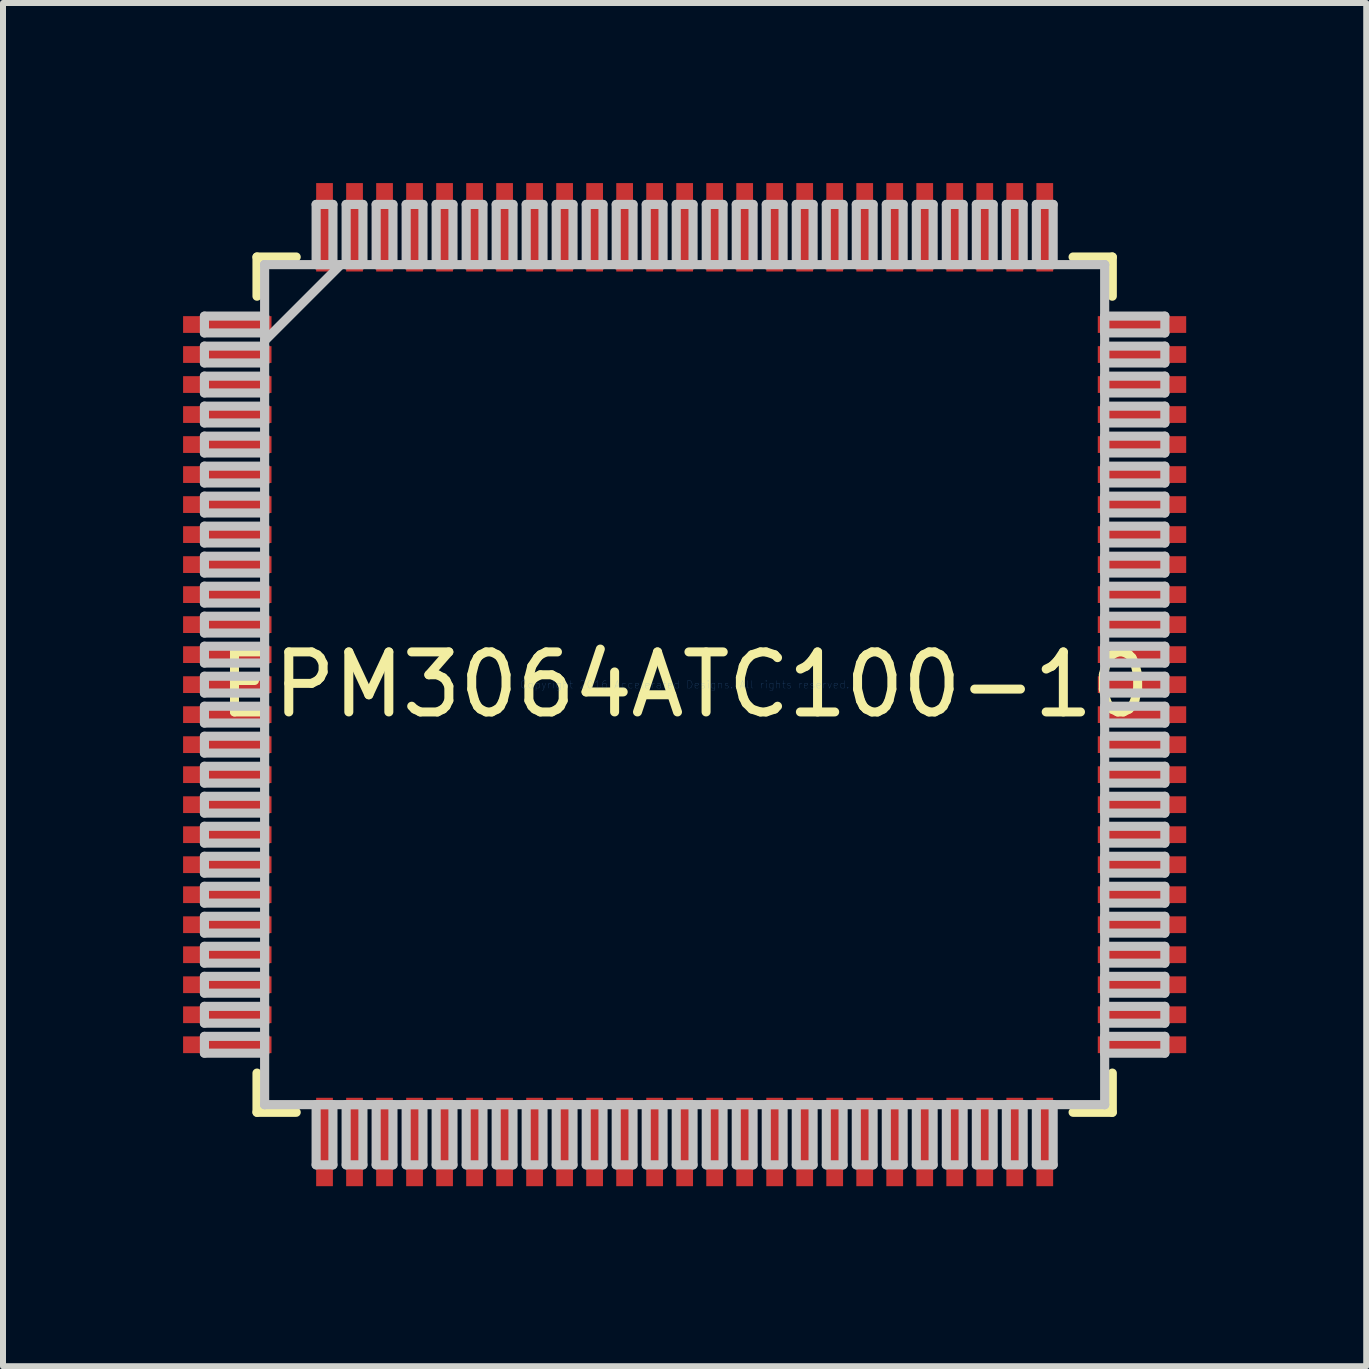
<source format=kicad_pcb>
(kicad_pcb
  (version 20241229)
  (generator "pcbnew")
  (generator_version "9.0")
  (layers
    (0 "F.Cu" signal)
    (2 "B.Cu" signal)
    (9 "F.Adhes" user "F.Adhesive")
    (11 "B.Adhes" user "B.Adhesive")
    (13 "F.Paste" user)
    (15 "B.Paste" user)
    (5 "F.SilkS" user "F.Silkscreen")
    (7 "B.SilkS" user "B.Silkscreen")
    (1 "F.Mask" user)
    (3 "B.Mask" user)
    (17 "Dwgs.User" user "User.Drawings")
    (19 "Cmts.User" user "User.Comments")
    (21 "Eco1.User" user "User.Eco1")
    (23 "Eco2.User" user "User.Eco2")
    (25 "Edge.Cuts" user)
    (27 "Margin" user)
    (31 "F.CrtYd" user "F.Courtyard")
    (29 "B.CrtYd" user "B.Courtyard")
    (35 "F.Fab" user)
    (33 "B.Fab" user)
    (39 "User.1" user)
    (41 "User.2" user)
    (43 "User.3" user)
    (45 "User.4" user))
  (footprint "EPM3064ATC100-10"
    (layer "F.Cu")
    (at 8.357 8.357)
    (property "Reference" "EPM3064ATC100-10" (at 0 0 0) (layer "F.SilkS") (effects (font (size 1 1) (thickness 0.15))))
    (attr through_hole)
    (fp_line (start -7.125 -7.125) (end -7.125 -6.472) (stroke (width 0.152) (type solid)) (layer "F.SilkS"))
    (fp_line (start -7.125 6.472) (end -7.125 7.125) (stroke (width 0.152) (type solid)) (layer "F.SilkS"))
    (fp_line (start -7.125 7.125) (end -6.472 7.125) (stroke (width 0.152) (type solid)) (layer "F.SilkS"))
    (fp_line (start -6.472 -7.125) (end -7.125 -7.125) (stroke (width 0.152) (type solid)) (layer "F.SilkS"))
    (fp_line (start 6.472 7.125) (end 7.125 7.125) (stroke (width 0.152) (type solid)) (layer "F.SilkS"))
    (fp_line (start 7.125 -7.125) (end 6.472 -7.125) (stroke (width 0.152) (type solid)) (layer "F.SilkS"))
    (fp_line (start 7.125 -6.472) (end 7.125 -7.125) (stroke (width 0.152) (type solid)) (layer "F.SilkS"))
    (fp_line (start 7.125 7.125) (end 7.125 6.472) (stroke (width 0.152) (type solid)) (layer "F.SilkS"))
    (fp_line (start -8.001 -6.14) (end -8.001 -5.86) (stroke (width 0.152) (type solid)) (layer "Dwgs.User"))
    (fp_line (start -8.001 -5.86) (end -6.998 -5.86) (stroke (width 0.152) (type solid)) (layer "Dwgs.User"))
    (fp_line (start -8.001 -5.64) (end -8.001 -5.36) (stroke (width 0.152) (type solid)) (layer "Dwgs.User"))
    (fp_line (start -8.001 -5.36) (end -6.998 -5.36) (stroke (width 0.152) (type solid)) (layer "Dwgs.User"))
    (fp_line (start -8.001 -5.14) (end -8.001 -4.86) (stroke (width 0.152) (type solid)) (layer "Dwgs.User"))
    (fp_line (start -8.001 -4.86) (end -6.998 -4.86) (stroke (width 0.152) (type solid)) (layer "Dwgs.User"))
    (fp_line (start -8.001 -4.64) (end -8.001 -4.36) (stroke (width 0.152) (type solid)) (layer "Dwgs.User"))
    (fp_line (start -8.001 -4.36) (end -6.998 -4.36) (stroke (width 0.152) (type solid)) (layer "Dwgs.User"))
    (fp_line (start -8.001 -4.14) (end -8.001 -3.86) (stroke (width 0.152) (type solid)) (layer "Dwgs.User"))
    (fp_line (start -8.001 -3.86) (end -6.998 -3.86) (stroke (width 0.152) (type solid)) (layer "Dwgs.User"))
    (fp_line (start -8.001 -3.64) (end -8.001 -3.36) (stroke (width 0.152) (type solid)) (layer "Dwgs.User"))
    (fp_line (start -8.001 -3.36) (end -6.998 -3.36) (stroke (width 0.152) (type solid)) (layer "Dwgs.User"))
    (fp_line (start -8.001 -3.14) (end -8.001 -2.86) (stroke (width 0.152) (type solid)) (layer "Dwgs.User"))
    (fp_line (start -8.001 -2.86) (end -6.998 -2.86) (stroke (width 0.152) (type solid)) (layer "Dwgs.User"))
    (fp_line (start -8.001 -2.64) (end -8.001 -2.36) (stroke (width 0.152) (type solid)) (layer "Dwgs.User"))
    (fp_line (start -8.001 -2.36) (end -6.998 -2.36) (stroke (width 0.152) (type solid)) (layer "Dwgs.User"))
    (fp_line (start -8.001 -2.14) (end -8.001 -1.86) (stroke (width 0.152) (type solid)) (layer "Dwgs.User"))
    (fp_line (start -8.001 -1.86) (end -6.998 -1.86) (stroke (width 0.152) (type solid)) (layer "Dwgs.User"))
    (fp_line (start -8.001 -1.64) (end -8.001 -1.36) (stroke (width 0.152) (type solid)) (layer "Dwgs.User"))
    (fp_line (start -8.001 -1.36) (end -6.998 -1.36) (stroke (width 0.152) (type solid)) (layer "Dwgs.User"))
    (fp_line (start -8.001 -1.14) (end -8.001 -0.86) (stroke (width 0.152) (type solid)) (layer "Dwgs.User"))
    (fp_line (start -8.001 -0.86) (end -6.998 -0.86) (stroke (width 0.152) (type solid)) (layer "Dwgs.User"))
    (fp_line (start -8.001 -0.64) (end -8.001 -0.36) (stroke (width 0.152) (type solid)) (layer "Dwgs.User"))
    (fp_line (start -8.001 -0.36) (end -6.998 -0.36) (stroke (width 0.152) (type solid)) (layer "Dwgs.User"))
    (fp_line (start -8.001 -0.14) (end -8.001 0.14) (stroke (width 0.152) (type solid)) (layer "Dwgs.User"))
    (fp_line (start -8.001 0.14) (end -6.998 0.14) (stroke (width 0.152) (type solid)) (layer "Dwgs.User"))
    (fp_line (start -8.001 0.36) (end -8.001 0.64) (stroke (width 0.152) (type solid)) (layer "Dwgs.User"))
    (fp_line (start -8.001 0.64) (end -6.998 0.64) (stroke (width 0.152) (type solid)) (layer "Dwgs.User"))
    (fp_line (start -8.001 0.86) (end -8.001 1.14) (stroke (width 0.152) (type solid)) (layer "Dwgs.User"))
    (fp_line (start -8.001 1.14) (end -6.998 1.14) (stroke (width 0.152) (type solid)) (layer "Dwgs.User"))
    (fp_line (start -8.001 1.36) (end -8.001 1.64) (stroke (width 0.152) (type solid)) (layer "Dwgs.User"))
    (fp_line (start -8.001 1.64) (end -6.998 1.64) (stroke (width 0.152) (type solid)) (layer "Dwgs.User"))
    (fp_line (start -8.001 1.86) (end -8.001 2.14) (stroke (width 0.152) (type solid)) (layer "Dwgs.User"))
    (fp_line (start -8.001 2.14) (end -6.998 2.14) (stroke (width 0.152) (type solid)) (layer "Dwgs.User"))
    (fp_line (start -8.001 2.36) (end -8.001 2.64) (stroke (width 0.152) (type solid)) (layer "Dwgs.User"))
    (fp_line (start -8.001 2.64) (end -6.998 2.64) (stroke (width 0.152) (type solid)) (layer "Dwgs.User"))
    (fp_line (start -8.001 2.86) (end -8.001 3.14) (stroke (width 0.152) (type solid)) (layer "Dwgs.User"))
    (fp_line (start -8.001 3.14) (end -6.998 3.14) (stroke (width 0.152) (type solid)) (layer "Dwgs.User"))
    (fp_line (start -8.001 3.36) (end -8.001 3.64) (stroke (width 0.152) (type solid)) (layer "Dwgs.User"))
    (fp_line (start -8.001 3.64) (end -6.998 3.64) (stroke (width 0.152) (type solid)) (layer "Dwgs.User"))
    (fp_line (start -8.001 3.86) (end -8.001 4.14) (stroke (width 0.152) (type solid)) (layer "Dwgs.User"))
    (fp_line (start -8.001 4.14) (end -6.998 4.14) (stroke (width 0.152) (type solid)) (layer "Dwgs.User"))
    (fp_line (start -8.001 4.36) (end -8.001 4.64) (stroke (width 0.152) (type solid)) (layer "Dwgs.User"))
    (fp_line (start -8.001 4.64) (end -6.998 4.64) (stroke (width 0.152) (type solid)) (layer "Dwgs.User"))
    (fp_line (start -8.001 4.86) (end -8.001 5.14) (stroke (width 0.152) (type solid)) (layer "Dwgs.User"))
    (fp_line (start -8.001 5.14) (end -6.998 5.14) (stroke (width 0.152) (type solid)) (layer "Dwgs.User"))
    (fp_line (start -8.001 5.36) (end -8.001 5.64) (stroke (width 0.152) (type solid)) (layer "Dwgs.User"))
    (fp_line (start -8.001 5.64) (end -6.998 5.64) (stroke (width 0.152) (type solid)) (layer "Dwgs.User"))
    (fp_line (start -8.001 5.86) (end -8.001 6.14) (stroke (width 0.152) (type solid)) (layer "Dwgs.User"))
    (fp_line (start -8.001 6.14) (end -6.998 6.14) (stroke (width 0.152) (type solid)) (layer "Dwgs.User"))
    (fp_line (start -6.998 -6.998) (end -6.998 -6.998) (stroke (width 0.152) (type solid)) (layer "Dwgs.User"))
    (fp_line (start -6.998 -6.998) (end -6.998 6.998) (stroke (width 0.152) (type solid)) (layer "Dwgs.User"))
    (fp_line (start -6.998 -6.14) (end -8.001 -6.14) (stroke (width 0.152) (type solid)) (layer "Dwgs.User"))
    (fp_line (start -6.998 -5.86) (end -6.998 -6.14) (stroke (width 0.152) (type solid)) (layer "Dwgs.User"))
    (fp_line (start -6.998 -5.728) (end -5.728 -6.998) (stroke (width 0.152) (type solid)) (layer "Dwgs.User"))
    (fp_line (start -6.998 -5.64) (end -8.001 -5.64) (stroke (width 0.152) (type solid)) (layer "Dwgs.User"))
    (fp_line (start -6.998 -5.36) (end -6.998 -5.64) (stroke (width 0.152) (type solid)) (layer "Dwgs.User"))
    (fp_line (start -6.998 -5.14) (end -8.001 -5.14) (stroke (width 0.152) (type solid)) (layer "Dwgs.User"))
    (fp_line (start -6.998 -4.86) (end -6.998 -5.14) (stroke (width 0.152) (type solid)) (layer "Dwgs.User"))
    (fp_line (start -6.998 -4.64) (end -8.001 -4.64) (stroke (width 0.152) (type solid)) (layer "Dwgs.User"))
    (fp_line (start -6.998 -4.36) (end -6.998 -4.64) (stroke (width 0.152) (type solid)) (layer "Dwgs.User"))
    (fp_line (start -6.998 -4.14) (end -8.001 -4.14) (stroke (width 0.152) (type solid)) (layer "Dwgs.User"))
    (fp_line (start -6.998 -3.86) (end -6.998 -4.14) (stroke (width 0.152) (type solid)) (layer "Dwgs.User"))
    (fp_line (start -6.998 -3.64) (end -8.001 -3.64) (stroke (width 0.152) (type solid)) (layer "Dwgs.User"))
    (fp_line (start -6.998 -3.36) (end -6.998 -3.64) (stroke (width 0.152) (type solid)) (layer "Dwgs.User"))
    (fp_line (start -6.998 -3.14) (end -8.001 -3.14) (stroke (width 0.152) (type solid)) (layer "Dwgs.User"))
    (fp_line (start -6.998 -2.86) (end -6.998 -3.14) (stroke (width 0.152) (type solid)) (layer "Dwgs.User"))
    (fp_line (start -6.998 -2.64) (end -8.001 -2.64) (stroke (width 0.152) (type solid)) (layer "Dwgs.User"))
    (fp_line (start -6.998 -2.36) (end -6.998 -2.64) (stroke (width 0.152) (type solid)) (layer "Dwgs.User"))
    (fp_line (start -6.998 -2.14) (end -8.001 -2.14) (stroke (width 0.152) (type solid)) (layer "Dwgs.User"))
    (fp_line (start -6.998 -1.86) (end -6.998 -2.14) (stroke (width 0.152) (type solid)) (layer "Dwgs.User"))
    (fp_line (start -6.998 -1.64) (end -8.001 -1.64) (stroke (width 0.152) (type solid)) (layer "Dwgs.User"))
    (fp_line (start -6.998 -1.36) (end -6.998 -1.64) (stroke (width 0.152) (type solid)) (layer "Dwgs.User"))
    (fp_line (start -6.998 -1.14) (end -8.001 -1.14) (stroke (width 0.152) (type solid)) (layer "Dwgs.User"))
    (fp_line (start -6.998 -0.86) (end -6.998 -1.14) (stroke (width 0.152) (type solid)) (layer "Dwgs.User"))
    (fp_line (start -6.998 -0.64) (end -8.001 -0.64) (stroke (width 0.152) (type solid)) (layer "Dwgs.User"))
    (fp_line (start -6.998 -0.36) (end -6.998 -0.64) (stroke (width 0.152) (type solid)) (layer "Dwgs.User"))
    (fp_line (start -6.998 -0.14) (end -8.001 -0.14) (stroke (width 0.152) (type solid)) (layer "Dwgs.User"))
    (fp_line (start -6.998 0.14) (end -6.998 -0.14) (stroke (width 0.152) (type solid)) (layer "Dwgs.User"))
    (fp_line (start -6.998 0.36) (end -8.001 0.36) (stroke (width 0.152) (type solid)) (layer "Dwgs.User"))
    (fp_line (start -6.998 0.64) (end -6.998 0.36) (stroke (width 0.152) (type solid)) (layer "Dwgs.User"))
    (fp_line (start -6.998 0.86) (end -8.001 0.86) (stroke (width 0.152) (type solid)) (layer "Dwgs.User"))
    (fp_line (start -6.998 1.14) (end -6.998 0.86) (stroke (width 0.152) (type solid)) (layer "Dwgs.User"))
    (fp_line (start -6.998 1.36) (end -8.001 1.36) (stroke (width 0.152) (type solid)) (layer "Dwgs.User"))
    (fp_line (start -6.998 1.64) (end -6.998 1.36) (stroke (width 0.152) (type solid)) (layer "Dwgs.User"))
    (fp_line (start -6.998 1.86) (end -8.001 1.86) (stroke (width 0.152) (type solid)) (layer "Dwgs.User"))
    (fp_line (start -6.998 2.14) (end -6.998 1.86) (stroke (width 0.152) (type solid)) (layer "Dwgs.User"))
    (fp_line (start -6.998 2.36) (end -8.001 2.36) (stroke (width 0.152) (type solid)) (layer "Dwgs.User"))
    (fp_line (start -6.998 2.64) (end -6.998 2.36) (stroke (width 0.152) (type solid)) (layer "Dwgs.User"))
    (fp_line (start -6.998 2.86) (end -8.001 2.86) (stroke (width 0.152) (type solid)) (layer "Dwgs.User"))
    (fp_line (start -6.998 3.14) (end -6.998 2.86) (stroke (width 0.152) (type solid)) (layer "Dwgs.User"))
    (fp_line (start -6.998 3.36) (end -8.001 3.36) (stroke (width 0.152) (type solid)) (layer "Dwgs.User"))
    (fp_line (start -6.998 3.64) (end -6.998 3.36) (stroke (width 0.152) (type solid)) (layer "Dwgs.User"))
    (fp_line (start -6.998 3.86) (end -8.001 3.86) (stroke (width 0.152) (type solid)) (layer "Dwgs.User"))
    (fp_line (start -6.998 4.14) (end -6.998 3.86) (stroke (width 0.152) (type solid)) (layer "Dwgs.User"))
    (fp_line (start -6.998 4.36) (end -8.001 4.36) (stroke (width 0.152) (type solid)) (layer "Dwgs.User"))
    (fp_line (start -6.998 4.64) (end -6.998 4.36) (stroke (width 0.152) (type solid)) (layer "Dwgs.User"))
    (fp_line (start -6.998 4.86) (end -8.001 4.86) (stroke (width 0.152) (type solid)) (layer "Dwgs.User"))
    (fp_line (start -6.998 5.14) (end -6.998 4.86) (stroke (width 0.152) (type solid)) (layer "Dwgs.User"))
    (fp_line (start -6.998 5.36) (end -8.001 5.36) (stroke (width 0.152) (type solid)) (layer "Dwgs.User"))
    (fp_line (start -6.998 5.64) (end -6.998 5.36) (stroke (width 0.152) (type solid)) (layer "Dwgs.User"))
    (fp_line (start -6.998 5.86) (end -8.001 5.86) (stroke (width 0.152) (type solid)) (layer "Dwgs.User"))
    (fp_line (start -6.998 6.14) (end -6.998 5.86) (stroke (width 0.152) (type solid)) (layer "Dwgs.User"))
    (fp_line (start -6.998 6.998) (end -6.998 6.998) (stroke (width 0.152) (type solid)) (layer "Dwgs.User"))
    (fp_line (start -6.998 6.998) (end 6.998 6.998) (stroke (width 0.152) (type solid)) (layer "Dwgs.User"))
    (fp_line (start -6.14 -8.001) (end -6.14 -6.998) (stroke (width 0.152) (type solid)) (layer "Dwgs.User"))
    (fp_line (start -6.14 -6.998) (end -5.86 -6.998) (stroke (width 0.152) (type solid)) (layer "Dwgs.User"))
    (fp_line (start -6.14 6.998) (end -6.14 8.001) (stroke (width 0.152) (type solid)) (layer "Dwgs.User"))
    (fp_line (start -6.14 8.001) (end -5.86 8.001) (stroke (width 0.152) (type solid)) (layer "Dwgs.User"))
    (fp_line (start -5.86 -8.001) (end -6.14 -8.001) (stroke (width 0.152) (type solid)) (layer "Dwgs.User"))
    (fp_line (start -5.86 -6.998) (end -5.86 -8.001) (stroke (width 0.152) (type solid)) (layer "Dwgs.User"))
    (fp_line (start -5.86 6.998) (end -6.14 6.998) (stroke (width 0.152) (type solid)) (layer "Dwgs.User"))
    (fp_line (start -5.86 8.001) (end -5.86 6.998) (stroke (width 0.152) (type solid)) (layer "Dwgs.User"))
    (fp_line (start -5.64 -8.001) (end -5.64 -6.998) (stroke (width 0.152) (type solid)) (layer "Dwgs.User"))
    (fp_line (start -5.64 -6.998) (end -5.36 -6.998) (stroke (width 0.152) (type solid)) (layer "Dwgs.User"))
    (fp_line (start -5.64 6.998) (end -5.64 8.001) (stroke (width 0.152) (type solid)) (layer "Dwgs.User"))
    (fp_line (start -5.64 8.001) (end -5.36 8.001) (stroke (width 0.152) (type solid)) (layer "Dwgs.User"))
    (fp_line (start -5.36 -8.001) (end -5.64 -8.001) (stroke (width 0.152) (type solid)) (layer "Dwgs.User"))
    (fp_line (start -5.36 -6.998) (end -5.36 -8.001) (stroke (width 0.152) (type solid)) (layer "Dwgs.User"))
    (fp_line (start -5.36 6.998) (end -5.64 6.998) (stroke (width 0.152) (type solid)) (layer "Dwgs.User"))
    (fp_line (start -5.36 8.001) (end -5.36 6.998) (stroke (width 0.152) (type solid)) (layer "Dwgs.User"))
    (fp_line (start -5.14 -8.001) (end -5.14 -6.998) (stroke (width 0.152) (type solid)) (layer "Dwgs.User"))
    (fp_line (start -5.14 -6.998) (end -4.86 -6.998) (stroke (width 0.152) (type solid)) (layer "Dwgs.User"))
    (fp_line (start -5.14 6.998) (end -5.14 8.001) (stroke (width 0.152) (type solid)) (layer "Dwgs.User"))
    (fp_line (start -5.14 8.001) (end -4.86 8.001) (stroke (width 0.152) (type solid)) (layer "Dwgs.User"))
    (fp_line (start -4.86 -8.001) (end -5.14 -8.001) (stroke (width 0.152) (type solid)) (layer "Dwgs.User"))
    (fp_line (start -4.86 -6.998) (end -4.86 -8.001) (stroke (width 0.152) (type solid)) (layer "Dwgs.User"))
    (fp_line (start -4.86 6.998) (end -5.14 6.998) (stroke (width 0.152) (type solid)) (layer "Dwgs.User"))
    (fp_line (start -4.86 8.001) (end -4.86 6.998) (stroke (width 0.152) (type solid)) (layer "Dwgs.User"))
    (fp_line (start -4.64 -8.001) (end -4.64 -6.998) (stroke (width 0.152) (type solid)) (layer "Dwgs.User"))
    (fp_line (start -4.64 -6.998) (end -4.36 -6.998) (stroke (width 0.152) (type solid)) (layer "Dwgs.User"))
    (fp_line (start -4.64 6.998) (end -4.64 8.001) (stroke (width 0.152) (type solid)) (layer "Dwgs.User"))
    (fp_line (start -4.64 8.001) (end -4.36 8.001) (stroke (width 0.152) (type solid)) (layer "Dwgs.User"))
    (fp_line (start -4.36 -8.001) (end -4.64 -8.001) (stroke (width 0.152) (type solid)) (layer "Dwgs.User"))
    (fp_line (start -4.36 -6.998) (end -4.36 -8.001) (stroke (width 0.152) (type solid)) (layer "Dwgs.User"))
    (fp_line (start -4.36 6.998) (end -4.64 6.998) (stroke (width 0.152) (type solid)) (layer "Dwgs.User"))
    (fp_line (start -4.36 8.001) (end -4.36 6.998) (stroke (width 0.152) (type solid)) (layer "Dwgs.User"))
    (fp_line (start -4.14 -8.001) (end -4.14 -6.998) (stroke (width 0.152) (type solid)) (layer "Dwgs.User"))
    (fp_line (start -4.14 -6.998) (end -3.86 -6.998) (stroke (width 0.152) (type solid)) (layer "Dwgs.User"))
    (fp_line (start -4.14 6.998) (end -4.14 8.001) (stroke (width 0.152) (type solid)) (layer "Dwgs.User"))
    (fp_line (start -4.14 8.001) (end -3.86 8.001) (stroke (width 0.152) (type solid)) (layer "Dwgs.User"))
    (fp_line (start -3.86 -8.001) (end -4.14 -8.001) (stroke (width 0.152) (type solid)) (layer "Dwgs.User"))
    (fp_line (start -3.86 -6.998) (end -3.86 -8.001) (stroke (width 0.152) (type solid)) (layer "Dwgs.User"))
    (fp_line (start -3.86 6.998) (end -4.14 6.998) (stroke (width 0.152) (type solid)) (layer "Dwgs.User"))
    (fp_line (start -3.86 8.001) (end -3.86 6.998) (stroke (width 0.152) (type solid)) (layer "Dwgs.User"))
    (fp_line (start -3.64 -8.001) (end -3.64 -6.998) (stroke (width 0.152) (type solid)) (layer "Dwgs.User"))
    (fp_line (start -3.64 -6.998) (end -3.36 -6.998) (stroke (width 0.152) (type solid)) (layer "Dwgs.User"))
    (fp_line (start -3.64 6.998) (end -3.64 8.001) (stroke (width 0.152) (type solid)) (layer "Dwgs.User"))
    (fp_line (start -3.64 8.001) (end -3.36 8.001) (stroke (width 0.152) (type solid)) (layer "Dwgs.User"))
    (fp_line (start -3.36 -8.001) (end -3.64 -8.001) (stroke (width 0.152) (type solid)) (layer "Dwgs.User"))
    (fp_line (start -3.36 -6.998) (end -3.36 -8.001) (stroke (width 0.152) (type solid)) (layer "Dwgs.User"))
    (fp_line (start -3.36 6.998) (end -3.64 6.998) (stroke (width 0.152) (type solid)) (layer "Dwgs.User"))
    (fp_line (start -3.36 8.001) (end -3.36 6.998) (stroke (width 0.152) (type solid)) (layer "Dwgs.User"))
    (fp_line (start -3.14 -8.001) (end -3.14 -6.998) (stroke (width 0.152) (type solid)) (layer "Dwgs.User"))
    (fp_line (start -3.14 -6.998) (end -2.86 -6.998) (stroke (width 0.152) (type solid)) (layer "Dwgs.User"))
    (fp_line (start -3.14 6.998) (end -3.14 8.001) (stroke (width 0.152) (type solid)) (layer "Dwgs.User"))
    (fp_line (start -3.14 8.001) (end -2.86 8.001) (stroke (width 0.152) (type solid)) (layer "Dwgs.User"))
    (fp_line (start -2.86 -8.001) (end -3.14 -8.001) (stroke (width 0.152) (type solid)) (layer "Dwgs.User"))
    (fp_line (start -2.86 -6.998) (end -2.86 -8.001) (stroke (width 0.152) (type solid)) (layer "Dwgs.User"))
    (fp_line (start -2.86 6.998) (end -3.14 6.998) (stroke (width 0.152) (type solid)) (layer "Dwgs.User"))
    (fp_line (start -2.86 8.001) (end -2.86 6.998) (stroke (width 0.152) (type solid)) (layer "Dwgs.User"))
    (fp_line (start -2.64 -8.001) (end -2.64 -6.998) (stroke (width 0.152) (type solid)) (layer "Dwgs.User"))
    (fp_line (start -2.64 -6.998) (end -2.36 -6.998) (stroke (width 0.152) (type solid)) (layer "Dwgs.User"))
    (fp_line (start -2.64 6.998) (end -2.64 8.001) (stroke (width 0.152) (type solid)) (layer "Dwgs.User"))
    (fp_line (start -2.64 8.001) (end -2.36 8.001) (stroke (width 0.152) (type solid)) (layer "Dwgs.User"))
    (fp_line (start -2.36 -8.001) (end -2.64 -8.001) (stroke (width 0.152) (type solid)) (layer "Dwgs.User"))
    (fp_line (start -2.36 -6.998) (end -2.36 -8.001) (stroke (width 0.152) (type solid)) (layer "Dwgs.User"))
    (fp_line (start -2.36 6.998) (end -2.64 6.998) (stroke (width 0.152) (type solid)) (layer "Dwgs.User"))
    (fp_line (start -2.36 8.001) (end -2.36 6.998) (stroke (width 0.152) (type solid)) (layer "Dwgs.User"))
    (fp_line (start -2.14 -8.001) (end -2.14 -6.998) (stroke (width 0.152) (type solid)) (layer "Dwgs.User"))
    (fp_line (start -2.14 -6.998) (end -1.86 -6.998) (stroke (width 0.152) (type solid)) (layer "Dwgs.User"))
    (fp_line (start -2.14 6.998) (end -2.14 8.001) (stroke (width 0.152) (type solid)) (layer "Dwgs.User"))
    (fp_line (start -2.14 8.001) (end -1.86 8.001) (stroke (width 0.152) (type solid)) (layer "Dwgs.User"))
    (fp_line (start -1.86 -8.001) (end -2.14 -8.001) (stroke (width 0.152) (type solid)) (layer "Dwgs.User"))
    (fp_line (start -1.86 -6.998) (end -1.86 -8.001) (stroke (width 0.152) (type solid)) (layer "Dwgs.User"))
    (fp_line (start -1.86 6.998) (end -2.14 6.998) (stroke (width 0.152) (type solid)) (layer "Dwgs.User"))
    (fp_line (start -1.86 8.001) (end -1.86 6.998) (stroke (width 0.152) (type solid)) (layer "Dwgs.User"))
    (fp_line (start -1.64 -8.001) (end -1.64 -6.998) (stroke (width 0.152) (type solid)) (layer "Dwgs.User"))
    (fp_line (start -1.64 -6.998) (end -1.36 -6.998) (stroke (width 0.152) (type solid)) (layer "Dwgs.User"))
    (fp_line (start -1.64 6.998) (end -1.64 8.001) (stroke (width 0.152) (type solid)) (layer "Dwgs.User"))
    (fp_line (start -1.64 8.001) (end -1.36 8.001) (stroke (width 0.152) (type solid)) (layer "Dwgs.User"))
    (fp_line (start -1.36 -8.001) (end -1.64 -8.001) (stroke (width 0.152) (type solid)) (layer "Dwgs.User"))
    (fp_line (start -1.36 -6.998) (end -1.36 -8.001) (stroke (width 0.152) (type solid)) (layer "Dwgs.User"))
    (fp_line (start -1.36 6.998) (end -1.64 6.998) (stroke (width 0.152) (type solid)) (layer "Dwgs.User"))
    (fp_line (start -1.36 8.001) (end -1.36 6.998) (stroke (width 0.152) (type solid)) (layer "Dwgs.User"))
    (fp_line (start -1.14 -8.001) (end -1.14 -6.998) (stroke (width 0.152) (type solid)) (layer "Dwgs.User"))
    (fp_line (start -1.14 -6.998) (end -0.86 -6.998) (stroke (width 0.152) (type solid)) (layer "Dwgs.User"))
    (fp_line (start -1.14 6.998) (end -1.14 8.001) (stroke (width 0.152) (type solid)) (layer "Dwgs.User"))
    (fp_line (start -1.14 8.001) (end -0.86 8.001) (stroke (width 0.152) (type solid)) (layer "Dwgs.User"))
    (fp_line (start -0.86 -8.001) (end -1.14 -8.001) (stroke (width 0.152) (type solid)) (layer "Dwgs.User"))
    (fp_line (start -0.86 -6.998) (end -0.86 -8.001) (stroke (width 0.152) (type solid)) (layer "Dwgs.User"))
    (fp_line (start -0.86 6.998) (end -1.14 6.998) (stroke (width 0.152) (type solid)) (layer "Dwgs.User"))
    (fp_line (start -0.86 8.001) (end -0.86 6.998) (stroke (width 0.152) (type solid)) (layer "Dwgs.User"))
    (fp_line (start -0.64 -8.001) (end -0.64 -6.998) (stroke (width 0.152) (type solid)) (layer "Dwgs.User"))
    (fp_line (start -0.64 -6.998) (end -0.36 -6.998) (stroke (width 0.152) (type solid)) (layer "Dwgs.User"))
    (fp_line (start -0.64 6.998) (end -0.64 8.001) (stroke (width 0.152) (type solid)) (layer "Dwgs.User"))
    (fp_line (start -0.64 8.001) (end -0.36 8.001) (stroke (width 0.152) (type solid)) (layer "Dwgs.User"))
    (fp_line (start -0.36 -8.001) (end -0.64 -8.001) (stroke (width 0.152) (type solid)) (layer "Dwgs.User"))
    (fp_line (start -0.36 -6.998) (end -0.36 -8.001) (stroke (width 0.152) (type solid)) (layer "Dwgs.User"))
    (fp_line (start -0.36 6.998) (end -0.64 6.998) (stroke (width 0.152) (type solid)) (layer "Dwgs.User"))
    (fp_line (start -0.36 8.001) (end -0.36 6.998) (stroke (width 0.152) (type solid)) (layer "Dwgs.User"))
    (fp_line (start -0.14 -8.001) (end -0.14 -6.998) (stroke (width 0.152) (type solid)) (layer "Dwgs.User"))
    (fp_line (start -0.14 -6.998) (end 0.14 -6.998) (stroke (width 0.152) (type solid)) (layer "Dwgs.User"))
    (fp_line (start -0.14 6.998) (end -0.14 8.001) (stroke (width 0.152) (type solid)) (layer "Dwgs.User"))
    (fp_line (start -0.14 8.001) (end 0.14 8.001) (stroke (width 0.152) (type solid)) (layer "Dwgs.User"))
    (fp_line (start 0.14 -8.001) (end -0.14 -8.001) (stroke (width 0.152) (type solid)) (layer "Dwgs.User"))
    (fp_line (start 0.14 -6.998) (end 0.14 -8.001) (stroke (width 0.152) (type solid)) (layer "Dwgs.User"))
    (fp_line (start 0.14 6.998) (end -0.14 6.998) (stroke (width 0.152) (type solid)) (layer "Dwgs.User"))
    (fp_line (start 0.14 8.001) (end 0.14 6.998) (stroke (width 0.152) (type solid)) (layer "Dwgs.User"))
    (fp_line (start 0.36 -8.001) (end 0.36 -6.998) (stroke (width 0.152) (type solid)) (layer "Dwgs.User"))
    (fp_line (start 0.36 -6.998) (end 0.64 -6.998) (stroke (width 0.152) (type solid)) (layer "Dwgs.User"))
    (fp_line (start 0.36 6.998) (end 0.36 8.001) (stroke (width 0.152) (type solid)) (layer "Dwgs.User"))
    (fp_line (start 0.36 8.001) (end 0.64 8.001) (stroke (width 0.152) (type solid)) (layer "Dwgs.User"))
    (fp_line (start 0.64 -8.001) (end 0.36 -8.001) (stroke (width 0.152) (type solid)) (layer "Dwgs.User"))
    (fp_line (start 0.64 -6.998) (end 0.64 -8.001) (stroke (width 0.152) (type solid)) (layer "Dwgs.User"))
    (fp_line (start 0.64 6.998) (end 0.36 6.998) (stroke (width 0.152) (type solid)) (layer "Dwgs.User"))
    (fp_line (start 0.64 8.001) (end 0.64 6.998) (stroke (width 0.152) (type solid)) (layer "Dwgs.User"))
    (fp_line (start 0.86 -8.001) (end 0.86 -6.998) (stroke (width 0.152) (type solid)) (layer "Dwgs.User"))
    (fp_line (start 0.86 -6.998) (end 1.14 -6.998) (stroke (width 0.152) (type solid)) (layer "Dwgs.User"))
    (fp_line (start 0.86 6.998) (end 0.86 8.001) (stroke (width 0.152) (type solid)) (layer "Dwgs.User"))
    (fp_line (start 0.86 8.001) (end 1.14 8.001) (stroke (width 0.152) (type solid)) (layer "Dwgs.User"))
    (fp_line (start 1.14 -8.001) (end 0.86 -8.001) (stroke (width 0.152) (type solid)) (layer "Dwgs.User"))
    (fp_line (start 1.14 -6.998) (end 1.14 -8.001) (stroke (width 0.152) (type solid)) (layer "Dwgs.User"))
    (fp_line (start 1.14 6.998) (end 0.86 6.998) (stroke (width 0.152) (type solid)) (layer "Dwgs.User"))
    (fp_line (start 1.14 8.001) (end 1.14 6.998) (stroke (width 0.152) (type solid)) (layer "Dwgs.User"))
    (fp_line (start 1.36 -8.001) (end 1.36 -6.998) (stroke (width 0.152) (type solid)) (layer "Dwgs.User"))
    (fp_line (start 1.36 -6.998) (end 1.64 -6.998) (stroke (width 0.152) (type solid)) (layer "Dwgs.User"))
    (fp_line (start 1.36 6.998) (end 1.36 8.001) (stroke (width 0.152) (type solid)) (layer "Dwgs.User"))
    (fp_line (start 1.36 8.001) (end 1.64 8.001) (stroke (width 0.152) (type solid)) (layer "Dwgs.User"))
    (fp_line (start 1.64 -8.001) (end 1.36 -8.001) (stroke (width 0.152) (type solid)) (layer "Dwgs.User"))
    (fp_line (start 1.64 -6.998) (end 1.64 -8.001) (stroke (width 0.152) (type solid)) (layer "Dwgs.User"))
    (fp_line (start 1.64 6.998) (end 1.36 6.998) (stroke (width 0.152) (type solid)) (layer "Dwgs.User"))
    (fp_line (start 1.64 8.001) (end 1.64 6.998) (stroke (width 0.152) (type solid)) (layer "Dwgs.User"))
    (fp_line (start 1.86 -8.001) (end 1.86 -6.998) (stroke (width 0.152) (type solid)) (layer "Dwgs.User"))
    (fp_line (start 1.86 -6.998) (end 2.14 -6.998) (stroke (width 0.152) (type solid)) (layer "Dwgs.User"))
    (fp_line (start 1.86 6.998) (end 1.86 8.001) (stroke (width 0.152) (type solid)) (layer "Dwgs.User"))
    (fp_line (start 1.86 8.001) (end 2.14 8.001) (stroke (width 0.152) (type solid)) (layer "Dwgs.User"))
    (fp_line (start 2.14 -8.001) (end 1.86 -8.001) (stroke (width 0.152) (type solid)) (layer "Dwgs.User"))
    (fp_line (start 2.14 -6.998) (end 2.14 -8.001) (stroke (width 0.152) (type solid)) (layer "Dwgs.User"))
    (fp_line (start 2.14 6.998) (end 1.86 6.998) (stroke (width 0.152) (type solid)) (layer "Dwgs.User"))
    (fp_line (start 2.14 8.001) (end 2.14 6.998) (stroke (width 0.152) (type solid)) (layer "Dwgs.User"))
    (fp_line (start 2.36 -8.001) (end 2.36 -6.998) (stroke (width 0.152) (type solid)) (layer "Dwgs.User"))
    (fp_line (start 2.36 -6.998) (end 2.64 -6.998) (stroke (width 0.152) (type solid)) (layer "Dwgs.User"))
    (fp_line (start 2.36 6.998) (end 2.36 8.001) (stroke (width 0.152) (type solid)) (layer "Dwgs.User"))
    (fp_line (start 2.36 8.001) (end 2.64 8.001) (stroke (width 0.152) (type solid)) (layer "Dwgs.User"))
    (fp_line (start 2.64 -8.001) (end 2.36 -8.001) (stroke (width 0.152) (type solid)) (layer "Dwgs.User"))
    (fp_line (start 2.64 -6.998) (end 2.64 -8.001) (stroke (width 0.152) (type solid)) (layer "Dwgs.User"))
    (fp_line (start 2.64 6.998) (end 2.36 6.998) (stroke (width 0.152) (type solid)) (layer "Dwgs.User"))
    (fp_line (start 2.64 8.001) (end 2.64 6.998) (stroke (width 0.152) (type solid)) (layer "Dwgs.User"))
    (fp_line (start 2.86 -8.001) (end 2.86 -6.998) (stroke (width 0.152) (type solid)) (layer "Dwgs.User"))
    (fp_line (start 2.86 -6.998) (end 3.14 -6.998) (stroke (width 0.152) (type solid)) (layer "Dwgs.User"))
    (fp_line (start 2.86 6.998) (end 2.86 8.001) (stroke (width 0.152) (type solid)) (layer "Dwgs.User"))
    (fp_line (start 2.86 8.001) (end 3.14 8.001) (stroke (width 0.152) (type solid)) (layer "Dwgs.User"))
    (fp_line (start 3.14 -8.001) (end 2.86 -8.001) (stroke (width 0.152) (type solid)) (layer "Dwgs.User"))
    (fp_line (start 3.14 -6.998) (end 3.14 -8.001) (stroke (width 0.152) (type solid)) (layer "Dwgs.User"))
    (fp_line (start 3.14 6.998) (end 2.86 6.998) (stroke (width 0.152) (type solid)) (layer "Dwgs.User"))
    (fp_line (start 3.14 8.001) (end 3.14 6.998) (stroke (width 0.152) (type solid)) (layer "Dwgs.User"))
    (fp_line (start 3.36 -8.001) (end 3.36 -6.998) (stroke (width 0.152) (type solid)) (layer "Dwgs.User"))
    (fp_line (start 3.36 -6.998) (end 3.64 -6.998) (stroke (width 0.152) (type solid)) (layer "Dwgs.User"))
    (fp_line (start 3.36 6.998) (end 3.36 8.001) (stroke (width 0.152) (type solid)) (layer "Dwgs.User"))
    (fp_line (start 3.36 8.001) (end 3.64 8.001) (stroke (width 0.152) (type solid)) (layer "Dwgs.User"))
    (fp_line (start 3.64 -8.001) (end 3.36 -8.001) (stroke (width 0.152) (type solid)) (layer "Dwgs.User"))
    (fp_line (start 3.64 -6.998) (end 3.64 -8.001) (stroke (width 0.152) (type solid)) (layer "Dwgs.User"))
    (fp_line (start 3.64 6.998) (end 3.36 6.998) (stroke (width 0.152) (type solid)) (layer "Dwgs.User"))
    (fp_line (start 3.64 8.001) (end 3.64 6.998) (stroke (width 0.152) (type solid)) (layer "Dwgs.User"))
    (fp_line (start 3.86 -8.001) (end 3.86 -6.998) (stroke (width 0.152) (type solid)) (layer "Dwgs.User"))
    (fp_line (start 3.86 -6.998) (end 4.14 -6.998) (stroke (width 0.152) (type solid)) (layer "Dwgs.User"))
    (fp_line (start 3.86 6.998) (end 3.86 8.001) (stroke (width 0.152) (type solid)) (layer "Dwgs.User"))
    (fp_line (start 3.86 8.001) (end 4.14 8.001) (stroke (width 0.152) (type solid)) (layer "Dwgs.User"))
    (fp_line (start 4.14 -8.001) (end 3.86 -8.001) (stroke (width 0.152) (type solid)) (layer "Dwgs.User"))
    (fp_line (start 4.14 -6.998) (end 4.14 -8.001) (stroke (width 0.152) (type solid)) (layer "Dwgs.User"))
    (fp_line (start 4.14 6.998) (end 3.86 6.998) (stroke (width 0.152) (type solid)) (layer "Dwgs.User"))
    (fp_line (start 4.14 8.001) (end 4.14 6.998) (stroke (width 0.152) (type solid)) (layer "Dwgs.User"))
    (fp_line (start 4.36 -8.001) (end 4.36 -6.998) (stroke (width 0.152) (type solid)) (layer "Dwgs.User"))
    (fp_line (start 4.36 -6.998) (end 4.64 -6.998) (stroke (width 0.152) (type solid)) (layer "Dwgs.User"))
    (fp_line (start 4.36 6.998) (end 4.36 8.001) (stroke (width 0.152) (type solid)) (layer "Dwgs.User"))
    (fp_line (start 4.36 8.001) (end 4.64 8.001) (stroke (width 0.152) (type solid)) (layer "Dwgs.User"))
    (fp_line (start 4.64 -8.001) (end 4.36 -8.001) (stroke (width 0.152) (type solid)) (layer "Dwgs.User"))
    (fp_line (start 4.64 -6.998) (end 4.64 -8.001) (stroke (width 0.152) (type solid)) (layer "Dwgs.User"))
    (fp_line (start 4.64 6.998) (end 4.36 6.998) (stroke (width 0.152) (type solid)) (layer "Dwgs.User"))
    (fp_line (start 4.64 8.001) (end 4.64 6.998) (stroke (width 0.152) (type solid)) (layer "Dwgs.User"))
    (fp_line (start 4.86 -8.001) (end 4.86 -6.998) (stroke (width 0.152) (type solid)) (layer "Dwgs.User"))
    (fp_line (start 4.86 -6.998) (end 5.14 -6.998) (stroke (width 0.152) (type solid)) (layer "Dwgs.User"))
    (fp_line (start 4.86 6.998) (end 4.86 8.001) (stroke (width 0.152) (type solid)) (layer "Dwgs.User"))
    (fp_line (start 4.86 8.001) (end 5.14 8.001) (stroke (width 0.152) (type solid)) (layer "Dwgs.User"))
    (fp_line (start 5.14 -8.001) (end 4.86 -8.001) (stroke (width 0.152) (type solid)) (layer "Dwgs.User"))
    (fp_line (start 5.14 -6.998) (end 5.14 -8.001) (stroke (width 0.152) (type solid)) (layer "Dwgs.User"))
    (fp_line (start 5.14 6.998) (end 4.86 6.998) (stroke (width 0.152) (type solid)) (layer "Dwgs.User"))
    (fp_line (start 5.14 8.001) (end 5.14 6.998) (stroke (width 0.152) (type solid)) (layer "Dwgs.User"))
    (fp_line (start 5.36 -8.001) (end 5.36 -6.998) (stroke (width 0.152) (type solid)) (layer "Dwgs.User"))
    (fp_line (start 5.36 -6.998) (end 5.64 -6.998) (stroke (width 0.152) (type solid)) (layer "Dwgs.User"))
    (fp_line (start 5.36 6.998) (end 5.36 8.001) (stroke (width 0.152) (type solid)) (layer "Dwgs.User"))
    (fp_line (start 5.36 8.001) (end 5.64 8.001) (stroke (width 0.152) (type solid)) (layer "Dwgs.User"))
    (fp_line (start 5.64 -8.001) (end 5.36 -8.001) (stroke (width 0.152) (type solid)) (layer "Dwgs.User"))
    (fp_line (start 5.64 -6.998) (end 5.64 -8.001) (stroke (width 0.152) (type solid)) (layer "Dwgs.User"))
    (fp_line (start 5.64 6.998) (end 5.36 6.998) (stroke (width 0.152) (type solid)) (layer "Dwgs.User"))
    (fp_line (start 5.64 8.001) (end 5.64 6.998) (stroke (width 0.152) (type solid)) (layer "Dwgs.User"))
    (fp_line (start 5.86 -8.001) (end 5.86 -6.998) (stroke (width 0.152) (type solid)) (layer "Dwgs.User"))
    (fp_line (start 5.86 -6.998) (end 6.14 -6.998) (stroke (width 0.152) (type solid)) (layer "Dwgs.User"))
    (fp_line (start 5.86 6.998) (end 5.86 8.001) (stroke (width 0.152) (type solid)) (layer "Dwgs.User"))
    (fp_line (start 5.86 8.001) (end 6.14 8.001) (stroke (width 0.152) (type solid)) (layer "Dwgs.User"))
    (fp_line (start 6.14 -8.001) (end 5.86 -8.001) (stroke (width 0.152) (type solid)) (layer "Dwgs.User"))
    (fp_line (start 6.14 -6.998) (end 6.14 -8.001) (stroke (width 0.152) (type solid)) (layer "Dwgs.User"))
    (fp_line (start 6.14 6.998) (end 5.86 6.998) (stroke (width 0.152) (type solid)) (layer "Dwgs.User"))
    (fp_line (start 6.14 8.001) (end 6.14 6.998) (stroke (width 0.152) (type solid)) (layer "Dwgs.User"))
    (fp_line (start 6.998 -6.998) (end -6.998 -6.998) (stroke (width 0.152) (type solid)) (layer "Dwgs.User"))
    (fp_line (start 6.998 -6.998) (end 6.998 -6.998) (stroke (width 0.152) (type solid)) (layer "Dwgs.User"))
    (fp_line (start 6.998 -6.14) (end 6.998 -5.86) (stroke (width 0.152) (type solid)) (layer "Dwgs.User"))
    (fp_line (start 6.998 -5.86) (end 8.001 -5.86) (stroke (width 0.152) (type solid)) (layer "Dwgs.User"))
    (fp_line (start 6.998 -5.64) (end 6.998 -5.36) (stroke (width 0.152) (type solid)) (layer "Dwgs.User"))
    (fp_line (start 6.998 -5.36) (end 8.001 -5.36) (stroke (width 0.152) (type solid)) (layer "Dwgs.User"))
    (fp_line (start 6.998 -5.14) (end 6.998 -4.86) (stroke (width 0.152) (type solid)) (layer "Dwgs.User"))
    (fp_line (start 6.998 -4.86) (end 8.001 -4.86) (stroke (width 0.152) (type solid)) (layer "Dwgs.User"))
    (fp_line (start 6.998 -4.64) (end 6.998 -4.36) (stroke (width 0.152) (type solid)) (layer "Dwgs.User"))
    (fp_line (start 6.998 -4.36) (end 8.001 -4.36) (stroke (width 0.152) (type solid)) (layer "Dwgs.User"))
    (fp_line (start 6.998 -4.14) (end 6.998 -3.86) (stroke (width 0.152) (type solid)) (layer "Dwgs.User"))
    (fp_line (start 6.998 -3.86) (end 8.001 -3.86) (stroke (width 0.152) (type solid)) (layer "Dwgs.User"))
    (fp_line (start 6.998 -3.64) (end 6.998 -3.36) (stroke (width 0.152) (type solid)) (layer "Dwgs.User"))
    (fp_line (start 6.998 -3.36) (end 8.001 -3.36) (stroke (width 0.152) (type solid)) (layer "Dwgs.User"))
    (fp_line (start 6.998 -3.14) (end 6.998 -2.86) (stroke (width 0.152) (type solid)) (layer "Dwgs.User"))
    (fp_line (start 6.998 -2.86) (end 8.001 -2.86) (stroke (width 0.152) (type solid)) (layer "Dwgs.User"))
    (fp_line (start 6.998 -2.64) (end 6.998 -2.36) (stroke (width 0.152) (type solid)) (layer "Dwgs.User"))
    (fp_line (start 6.998 -2.36) (end 8.001 -2.36) (stroke (width 0.152) (type solid)) (layer "Dwgs.User"))
    (fp_line (start 6.998 -2.14) (end 6.998 -1.86) (stroke (width 0.152) (type solid)) (layer "Dwgs.User"))
    (fp_line (start 6.998 -1.86) (end 8.001 -1.86) (stroke (width 0.152) (type solid)) (layer "Dwgs.User"))
    (fp_line (start 6.998 -1.64) (end 6.998 -1.36) (stroke (width 0.152) (type solid)) (layer "Dwgs.User"))
    (fp_line (start 6.998 -1.36) (end 8.001 -1.36) (stroke (width 0.152) (type solid)) (layer "Dwgs.User"))
    (fp_line (start 6.998 -1.14) (end 6.998 -0.86) (stroke (width 0.152) (type solid)) (layer "Dwgs.User"))
    (fp_line (start 6.998 -0.86) (end 8.001 -0.86) (stroke (width 0.152) (type solid)) (layer "Dwgs.User"))
    (fp_line (start 6.998 -0.64) (end 6.998 -0.36) (stroke (width 0.152) (type solid)) (layer "Dwgs.User"))
    (fp_line (start 6.998 -0.36) (end 8.001 -0.36) (stroke (width 0.152) (type solid)) (layer "Dwgs.User"))
    (fp_line (start 6.998 -0.14) (end 6.998 0.14) (stroke (width 0.152) (type solid)) (layer "Dwgs.User"))
    (fp_line (start 6.998 0.14) (end 8.001 0.14) (stroke (width 0.152) (type solid)) (layer "Dwgs.User"))
    (fp_line (start 6.998 0.36) (end 6.998 0.64) (stroke (width 0.152) (type solid)) (layer "Dwgs.User"))
    (fp_line (start 6.998 0.64) (end 8.001 0.64) (stroke (width 0.152) (type solid)) (layer "Dwgs.User"))
    (fp_line (start 6.998 0.86) (end 6.998 1.14) (stroke (width 0.152) (type solid)) (layer "Dwgs.User"))
    (fp_line (start 6.998 1.14) (end 8.001 1.14) (stroke (width 0.152) (type solid)) (layer "Dwgs.User"))
    (fp_line (start 6.998 1.36) (end 6.998 1.64) (stroke (width 0.152) (type solid)) (layer "Dwgs.User"))
    (fp_line (start 6.998 1.64) (end 8.001 1.64) (stroke (width 0.152) (type solid)) (layer "Dwgs.User"))
    (fp_line (start 6.998 1.86) (end 6.998 2.14) (stroke (width 0.152) (type solid)) (layer "Dwgs.User"))
    (fp_line (start 6.998 2.14) (end 8.001 2.14) (stroke (width 0.152) (type solid)) (layer "Dwgs.User"))
    (fp_line (start 6.998 2.36) (end 6.998 2.64) (stroke (width 0.152) (type solid)) (layer "Dwgs.User"))
    (fp_line (start 6.998 2.64) (end 8.001 2.64) (stroke (width 0.152) (type solid)) (layer "Dwgs.User"))
    (fp_line (start 6.998 2.86) (end 6.998 3.14) (stroke (width 0.152) (type solid)) (layer "Dwgs.User"))
    (fp_line (start 6.998 3.14) (end 8.001 3.14) (stroke (width 0.152) (type solid)) (layer "Dwgs.User"))
    (fp_line (start 6.998 3.36) (end 6.998 3.64) (stroke (width 0.152) (type solid)) (layer "Dwgs.User"))
    (fp_line (start 6.998 3.64) (end 8.001 3.64) (stroke (width 0.152) (type solid)) (layer "Dwgs.User"))
    (fp_line (start 6.998 3.86) (end 6.998 4.14) (stroke (width 0.152) (type solid)) (layer "Dwgs.User"))
    (fp_line (start 6.998 4.14) (end 8.001 4.14) (stroke (width 0.152) (type solid)) (layer "Dwgs.User"))
    (fp_line (start 6.998 4.36) (end 6.998 4.64) (stroke (width 0.152) (type solid)) (layer "Dwgs.User"))
    (fp_line (start 6.998 4.64) (end 8.001 4.64) (stroke (width 0.152) (type solid)) (layer "Dwgs.User"))
    (fp_line (start 6.998 4.86) (end 6.998 5.14) (stroke (width 0.152) (type solid)) (layer "Dwgs.User"))
    (fp_line (start 6.998 5.14) (end 8.001 5.14) (stroke (width 0.152) (type solid)) (layer "Dwgs.User"))
    (fp_line (start 6.998 5.36) (end 6.998 5.64) (stroke (width 0.152) (type solid)) (layer "Dwgs.User"))
    (fp_line (start 6.998 5.64) (end 8.001 5.64) (stroke (width 0.152) (type solid)) (layer "Dwgs.User"))
    (fp_line (start 6.998 5.86) (end 6.998 6.14) (stroke (width 0.152) (type solid)) (layer "Dwgs.User"))
    (fp_line (start 6.998 6.14) (end 8.001 6.14) (stroke (width 0.152) (type solid)) (layer "Dwgs.User"))
    (fp_line (start 6.998 6.998) (end 6.998 -6.998) (stroke (width 0.152) (type solid)) (layer "Dwgs.User"))
    (fp_line (start 6.998 6.998) (end 6.998 6.998) (stroke (width 0.152) (type solid)) (layer "Dwgs.User"))
    (fp_line (start 8.001 -6.14) (end 6.998 -6.14) (stroke (width 0.152) (type solid)) (layer "Dwgs.User"))
    (fp_line (start 8.001 -5.86) (end 8.001 -6.14) (stroke (width 0.152) (type solid)) (layer "Dwgs.User"))
    (fp_line (start 8.001 -5.64) (end 6.998 -5.64) (stroke (width 0.152) (type solid)) (layer "Dwgs.User"))
    (fp_line (start 8.001 -5.36) (end 8.001 -5.64) (stroke (width 0.152) (type solid)) (layer "Dwgs.User"))
    (fp_line (start 8.001 -5.14) (end 6.998 -5.14) (stroke (width 0.152) (type solid)) (layer "Dwgs.User"))
    (fp_line (start 8.001 -4.86) (end 8.001 -5.14) (stroke (width 0.152) (type solid)) (layer "Dwgs.User"))
    (fp_line (start 8.001 -4.64) (end 6.998 -4.64) (stroke (width 0.152) (type solid)) (layer "Dwgs.User"))
    (fp_line (start 8.001 -4.36) (end 8.001 -4.64) (stroke (width 0.152) (type solid)) (layer "Dwgs.User"))
    (fp_line (start 8.001 -4.14) (end 6.998 -4.14) (stroke (width 0.152) (type solid)) (layer "Dwgs.User"))
    (fp_line (start 8.001 -3.86) (end 8.001 -4.14) (stroke (width 0.152) (type solid)) (layer "Dwgs.User"))
    (fp_line (start 8.001 -3.64) (end 6.998 -3.64) (stroke (width 0.152) (type solid)) (layer "Dwgs.User"))
    (fp_line (start 8.001 -3.36) (end 8.001 -3.64) (stroke (width 0.152) (type solid)) (layer "Dwgs.User"))
    (fp_line (start 8.001 -3.14) (end 6.998 -3.14) (stroke (width 0.152) (type solid)) (layer "Dwgs.User"))
    (fp_line (start 8.001 -2.86) (end 8.001 -3.14) (stroke (width 0.152) (type solid)) (layer "Dwgs.User"))
    (fp_line (start 8.001 -2.64) (end 6.998 -2.64) (stroke (width 0.152) (type solid)) (layer "Dwgs.User"))
    (fp_line (start 8.001 -2.36) (end 8.001 -2.64) (stroke (width 0.152) (type solid)) (layer "Dwgs.User"))
    (fp_line (start 8.001 -2.14) (end 6.998 -2.14) (stroke (width 0.152) (type solid)) (layer "Dwgs.User"))
    (fp_line (start 8.001 -1.86) (end 8.001 -2.14) (stroke (width 0.152) (type solid)) (layer "Dwgs.User"))
    (fp_line (start 8.001 -1.64) (end 6.998 -1.64) (stroke (width 0.152) (type solid)) (layer "Dwgs.User"))
    (fp_line (start 8.001 -1.36) (end 8.001 -1.64) (stroke (width 0.152) (type solid)) (layer "Dwgs.User"))
    (fp_line (start 8.001 -1.14) (end 6.998 -1.14) (stroke (width 0.152) (type solid)) (layer "Dwgs.User"))
    (fp_line (start 8.001 -0.86) (end 8.001 -1.14) (stroke (width 0.152) (type solid)) (layer "Dwgs.User"))
    (fp_line (start 8.001 -0.64) (end 6.998 -0.64) (stroke (width 0.152) (type solid)) (layer "Dwgs.User"))
    (fp_line (start 8.001 -0.36) (end 8.001 -0.64) (stroke (width 0.152) (type solid)) (layer "Dwgs.User"))
    (fp_line (start 8.001 -0.14) (end 6.998 -0.14) (stroke (width 0.152) (type solid)) (layer "Dwgs.User"))
    (fp_line (start 8.001 0.14) (end 8.001 -0.14) (stroke (width 0.152) (type solid)) (layer "Dwgs.User"))
    (fp_line (start 8.001 0.36) (end 6.998 0.36) (stroke (width 0.152) (type solid)) (layer "Dwgs.User"))
    (fp_line (start 8.001 0.64) (end 8.001 0.36) (stroke (width 0.152) (type solid)) (layer "Dwgs.User"))
    (fp_line (start 8.001 0.86) (end 6.998 0.86) (stroke (width 0.152) (type solid)) (layer "Dwgs.User"))
    (fp_line (start 8.001 1.14) (end 8.001 0.86) (stroke (width 0.152) (type solid)) (layer "Dwgs.User"))
    (fp_line (start 8.001 1.36) (end 6.998 1.36) (stroke (width 0.152) (type solid)) (layer "Dwgs.User"))
    (fp_line (start 8.001 1.64) (end 8.001 1.36) (stroke (width 0.152) (type solid)) (layer "Dwgs.User"))
    (fp_line (start 8.001 1.86) (end 6.998 1.86) (stroke (width 0.152) (type solid)) (layer "Dwgs.User"))
    (fp_line (start 8.001 2.14) (end 8.001 1.86) (stroke (width 0.152) (type solid)) (layer "Dwgs.User"))
    (fp_line (start 8.001 2.36) (end 6.998 2.36) (stroke (width 0.152) (type solid)) (layer "Dwgs.User"))
    (fp_line (start 8.001 2.64) (end 8.001 2.36) (stroke (width 0.152) (type solid)) (layer "Dwgs.User"))
    (fp_line (start 8.001 2.86) (end 6.998 2.86) (stroke (width 0.152) (type solid)) (layer "Dwgs.User"))
    (fp_line (start 8.001 3.14) (end 8.001 2.86) (stroke (width 0.152) (type solid)) (layer "Dwgs.User"))
    (fp_line (start 8.001 3.36) (end 6.998 3.36) (stroke (width 0.152) (type solid)) (layer "Dwgs.User"))
    (fp_line (start 8.001 3.64) (end 8.001 3.36) (stroke (width 0.152) (type solid)) (layer "Dwgs.User"))
    (fp_line (start 8.001 3.86) (end 6.998 3.86) (stroke (width 0.152) (type solid)) (layer "Dwgs.User"))
    (fp_line (start 8.001 4.14) (end 8.001 3.86) (stroke (width 0.152) (type solid)) (layer "Dwgs.User"))
    (fp_line (start 8.001 4.36) (end 6.998 4.36) (stroke (width 0.152) (type solid)) (layer "Dwgs.User"))
    (fp_line (start 8.001 4.64) (end 8.001 4.36) (stroke (width 0.152) (type solid)) (layer "Dwgs.User"))
    (fp_line (start 8.001 4.86) (end 6.998 4.86) (stroke (width 0.152) (type solid)) (layer "Dwgs.User"))
    (fp_line (start 8.001 5.14) (end 8.001 4.86) (stroke (width 0.152) (type solid)) (layer "Dwgs.User"))
    (fp_line (start 8.001 5.36) (end 6.998 5.36) (stroke (width 0.152) (type solid)) (layer "Dwgs.User"))
    (fp_line (start 8.001 5.64) (end 8.001 5.36) (stroke (width 0.152) (type solid)) (layer "Dwgs.User"))
    (fp_line (start 8.001 5.86) (end 6.998 5.86) (stroke (width 0.152) (type solid)) (layer "Dwgs.User"))
    (fp_line (start 8.001 6.14) (end 8.001 5.86) (stroke (width 0.152) (type solid)) (layer "Dwgs.User"))
    (fp_text user "Copyright 2016 Accelerated Designs. All rights reserved." (at 0 0 0) (layer "Cmts.User") (effects (font (size 0.127 0.127) (thickness 0.002))))
    (pad "1" smd rect (at -7.62 -6 90) (size 0.279 1.473) (layers "F.Cu" "F.Mask" "F.Paste"))
    (pad "2" smd rect (at -7.62 -5.5 90) (size 0.279 1.473) (layers "F.Cu" "F.Mask" "F.Paste"))
    (pad "3" smd rect (at -7.62 -5 90) (size 0.279 1.473) (layers "F.Cu" "F.Mask" "F.Paste"))
    (pad "4" smd rect (at -7.62 -4.5 90) (size 0.279 1.473) (layers "F.Cu" "F.Mask" "F.Paste"))
    (pad "5" smd rect (at -7.62 -4 90) (size 0.279 1.473) (layers "F.Cu" "F.Mask" "F.Paste"))
    (pad "6" smd rect (at -7.62 -3.5 90) (size 0.279 1.473) (layers "F.Cu" "F.Mask" "F.Paste"))
    (pad "7" smd rect (at -7.62 -3 90) (size 0.279 1.473) (layers "F.Cu" "F.Mask" "F.Paste"))
    (pad "8" smd rect (at -7.62 -2.5 90) (size 0.279 1.473) (layers "F.Cu" "F.Mask" "F.Paste"))
    (pad "9" smd rect (at -7.62 -2 90) (size 0.279 1.473) (layers "F.Cu" "F.Mask" "F.Paste"))
    (pad "10" smd rect (at -7.62 -1.5 90) (size 0.279 1.473) (layers "F.Cu" "F.Mask" "F.Paste"))
    (pad "11" smd rect (at -7.62 -1 90) (size 0.279 1.473) (layers "F.Cu" "F.Mask" "F.Paste"))
    (pad "12" smd rect (at -7.62 -0.5 90) (size 0.279 1.473) (layers "F.Cu" "F.Mask" "F.Paste"))
    (pad "13" smd rect (at -7.62 0 90) (size 0.279 1.473) (layers "F.Cu" "F.Mask" "F.Paste"))
    (pad "14" smd rect (at -7.62 0.5 90) (size 0.279 1.473) (layers "F.Cu" "F.Mask" "F.Paste"))
    (pad "15" smd rect (at -7.62 1 90) (size 0.279 1.473) (layers "F.Cu" "F.Mask" "F.Paste"))
    (pad "16" smd rect (at -7.62 1.5 90) (size 0.279 1.473) (layers "F.Cu" "F.Mask" "F.Paste"))
    (pad "17" smd rect (at -7.62 2 90) (size 0.279 1.473) (layers "F.Cu" "F.Mask" "F.Paste"))
    (pad "18" smd rect (at -7.62 2.5 90) (size 0.279 1.473) (layers "F.Cu" "F.Mask" "F.Paste"))
    (pad "19" smd rect (at -7.62 3 90) (size 0.279 1.473) (layers "F.Cu" "F.Mask" "F.Paste"))
    (pad "20" smd rect (at -7.62 3.5 90) (size 0.279 1.473) (layers "F.Cu" "F.Mask" "F.Paste"))
    (pad "21" smd rect (at -7.62 4 90) (size 0.279 1.473) (layers "F.Cu" "F.Mask" "F.Paste"))
    (pad "22" smd rect (at -7.62 4.5 90) (size 0.279 1.473) (layers "F.Cu" "F.Mask" "F.Paste"))
    (pad "23" smd rect (at -7.62 5 90) (size 0.279 1.473) (layers "F.Cu" "F.Mask" "F.Paste"))
    (pad "24" smd rect (at -7.62 5.5 90) (size 0.279 1.473) (layers "F.Cu" "F.Mask" "F.Paste"))
    (pad "25" smd rect (at -7.62 6 90) (size 0.279 1.473) (layers "F.Cu" "F.Mask" "F.Paste"))
    (pad "26" smd rect (at -6 7.62) (size 0.279 1.473) (layers "F.Cu" "F.Mask" "F.Paste"))
    (pad "27" smd rect (at -5.5 7.62) (size 0.279 1.473) (layers "F.Cu" "F.Mask" "F.Paste"))
    (pad "28" smd rect (at -5 7.62) (size 0.279 1.473) (layers "F.Cu" "F.Mask" "F.Paste"))
    (pad "29" smd rect (at -4.5 7.62) (size 0.279 1.473) (layers "F.Cu" "F.Mask" "F.Paste"))
    (pad "30" smd rect (at -4 7.62) (size 0.279 1.473) (layers "F.Cu" "F.Mask" "F.Paste"))
    (pad "31" smd rect (at -3.5 7.62) (size 0.279 1.473) (layers "F.Cu" "F.Mask" "F.Paste"))
    (pad "32" smd rect (at -3 7.62) (size 0.279 1.473) (layers "F.Cu" "F.Mask" "F.Paste"))
    (pad "33" smd rect (at -2.5 7.62) (size 0.279 1.473) (layers "F.Cu" "F.Mask" "F.Paste"))
    (pad "34" smd rect (at -2 7.62) (size 0.279 1.473) (layers "F.Cu" "F.Mask" "F.Paste"))
    (pad "35" smd rect (at -1.5 7.62) (size 0.279 1.473) (layers "F.Cu" "F.Mask" "F.Paste"))
    (pad "36" smd rect (at -1 7.62) (size 0.279 1.473) (layers "F.Cu" "F.Mask" "F.Paste"))
    (pad "37" smd rect (at -0.5 7.62) (size 0.279 1.473) (layers "F.Cu" "F.Mask" "F.Paste"))
    (pad "38" smd rect (at 0 7.62) (size 0.279 1.473) (layers "F.Cu" "F.Mask" "F.Paste"))
    (pad "39" smd rect (at 0.5 7.62) (size 0.279 1.473) (layers "F.Cu" "F.Mask" "F.Paste"))
    (pad "40" smd rect (at 1 7.62) (size 0.279 1.473) (layers "F.Cu" "F.Mask" "F.Paste"))
    (pad "41" smd rect (at 1.5 7.62) (size 0.279 1.473) (layers "F.Cu" "F.Mask" "F.Paste"))
    (pad "42" smd rect (at 2 7.62) (size 0.279 1.473) (layers "F.Cu" "F.Mask" "F.Paste"))
    (pad "43" smd rect (at 2.5 7.62) (size 0.279 1.473) (layers "F.Cu" "F.Mask" "F.Paste"))
    (pad "44" smd rect (at 3 7.62) (size 0.279 1.473) (layers "F.Cu" "F.Mask" "F.Paste"))
    (pad "45" smd rect (at 3.5 7.62) (size 0.279 1.473) (layers "F.Cu" "F.Mask" "F.Paste"))
    (pad "46" smd rect (at 4 7.62) (size 0.279 1.473) (layers "F.Cu" "F.Mask" "F.Paste"))
    (pad "47" smd rect (at 4.5 7.62) (size 0.279 1.473) (layers "F.Cu" "F.Mask" "F.Paste"))
    (pad "48" smd rect (at 5 7.62) (size 0.279 1.473) (layers "F.Cu" "F.Mask" "F.Paste"))
    (pad "49" smd rect (at 5.5 7.62) (size 0.279 1.473) (layers "F.Cu" "F.Mask" "F.Paste"))
    (pad "50" smd rect (at 6 7.62) (size 0.279 1.473) (layers "F.Cu" "F.Mask" "F.Paste"))
    (pad "51" smd rect (at 7.62 6 90) (size 0.279 1.473) (layers "F.Cu" "F.Mask" "F.Paste"))
    (pad "52" smd rect (at 7.62 5.5 90) (size 0.279 1.473) (layers "F.Cu" "F.Mask" "F.Paste"))
    (pad "53" smd rect (at 7.62 5 90) (size 0.279 1.473) (layers "F.Cu" "F.Mask" "F.Paste"))
    (pad "54" smd rect (at 7.62 4.5 90) (size 0.279 1.473) (layers "F.Cu" "F.Mask" "F.Paste"))
    (pad "55" smd rect (at 7.62 4 90) (size 0.279 1.473) (layers "F.Cu" "F.Mask" "F.Paste"))
    (pad "56" smd rect (at 7.62 3.5 90) (size 0.279 1.473) (layers "F.Cu" "F.Mask" "F.Paste"))
    (pad "57" smd rect (at 7.62 3 90) (size 0.279 1.473) (layers "F.Cu" "F.Mask" "F.Paste"))
    (pad "58" smd rect (at 7.62 2.5 90) (size 0.279 1.473) (layers "F.Cu" "F.Mask" "F.Paste"))
    (pad "59" smd rect (at 7.62 2 90) (size 0.279 1.473) (layers "F.Cu" "F.Mask" "F.Paste"))
    (pad "60" smd rect (at 7.62 1.5 90) (size 0.279 1.473) (layers "F.Cu" "F.Mask" "F.Paste"))
    (pad "61" smd rect (at 7.62 1 90) (size 0.279 1.473) (layers "F.Cu" "F.Mask" "F.Paste"))
    (pad "62" smd rect (at 7.62 0.5 90) (size 0.279 1.473) (layers "F.Cu" "F.Mask" "F.Paste"))
    (pad "63" smd rect (at 7.62 0 90) (size 0.279 1.473) (layers "F.Cu" "F.Mask" "F.Paste"))
    (pad "64" smd rect (at 7.62 -0.5 90) (size 0.279 1.473) (layers "F.Cu" "F.Mask" "F.Paste"))
    (pad "65" smd rect (at 7.62 -1 90) (size 0.279 1.473) (layers "F.Cu" "F.Mask" "F.Paste"))
    (pad "66" smd rect (at 7.62 -1.5 90) (size 0.279 1.473) (layers "F.Cu" "F.Mask" "F.Paste"))
    (pad "67" smd rect (at 7.62 -2 90) (size 0.279 1.473) (layers "F.Cu" "F.Mask" "F.Paste"))
    (pad "68" smd rect (at 7.62 -2.5 90) (size 0.279 1.473) (layers "F.Cu" "F.Mask" "F.Paste"))
    (pad "69" smd rect (at 7.62 -3 90) (size 0.279 1.473) (layers "F.Cu" "F.Mask" "F.Paste"))
    (pad "70" smd rect (at 7.62 -3.5 90) (size 0.279 1.473) (layers "F.Cu" "F.Mask" "F.Paste"))
    (pad "71" smd rect (at 7.62 -4 90) (size 0.279 1.473) (layers "F.Cu" "F.Mask" "F.Paste"))
    (pad "72" smd rect (at 7.62 -4.5 90) (size 0.279 1.473) (layers "F.Cu" "F.Mask" "F.Paste"))
    (pad "73" smd rect (at 7.62 -5 90) (size 0.279 1.473) (layers "F.Cu" "F.Mask" "F.Paste"))
    (pad "74" smd rect (at 7.62 -5.5 90) (size 0.279 1.473) (layers "F.Cu" "F.Mask" "F.Paste"))
    (pad "75" smd rect (at 7.62 -6 90) (size 0.279 1.473) (layers "F.Cu" "F.Mask" "F.Paste"))
    (pad "76" smd rect (at 6 -7.62) (size 0.279 1.473) (layers "F.Cu" "F.Mask" "F.Paste"))
    (pad "77" smd rect (at 5.5 -7.62) (size 0.279 1.473) (layers "F.Cu" "F.Mask" "F.Paste"))
    (pad "78" smd rect (at 5 -7.62) (size 0.279 1.473) (layers "F.Cu" "F.Mask" "F.Paste"))
    (pad "79" smd rect (at 4.5 -7.62) (size 0.279 1.473) (layers "F.Cu" "F.Mask" "F.Paste"))
    (pad "80" smd rect (at 4 -7.62) (size 0.279 1.473) (layers "F.Cu" "F.Mask" "F.Paste"))
    (pad "81" smd rect (at 3.5 -7.62) (size 0.279 1.473) (layers "F.Cu" "F.Mask" "F.Paste"))
    (pad "82" smd rect (at 3 -7.62) (size 0.279 1.473) (layers "F.Cu" "F.Mask" "F.Paste"))
    (pad "83" smd rect (at 2.5 -7.62) (size 0.279 1.473) (layers "F.Cu" "F.Mask" "F.Paste"))
    (pad "84" smd rect (at 2 -7.62) (size 0.279 1.473) (layers "F.Cu" "F.Mask" "F.Paste"))
    (pad "85" smd rect (at 1.5 -7.62) (size 0.279 1.473) (layers "F.Cu" "F.Mask" "F.Paste"))
    (pad "86" smd rect (at 1 -7.62) (size 0.279 1.473) (layers "F.Cu" "F.Mask" "F.Paste"))
    (pad "87" smd rect (at 0.5 -7.62) (size 0.279 1.473) (layers "F.Cu" "F.Mask" "F.Paste"))
    (pad "88" smd rect (at 0 -7.62) (size 0.279 1.473) (layers "F.Cu" "F.Mask" "F.Paste"))
    (pad "89" smd rect (at -0.5 -7.62) (size 0.279 1.473) (layers "F.Cu" "F.Mask" "F.Paste"))
    (pad "90" smd rect (at -1 -7.62) (size 0.279 1.473) (layers "F.Cu" "F.Mask" "F.Paste"))
    (pad "91" smd rect (at -1.5 -7.62) (size 0.279 1.473) (layers "F.Cu" "F.Mask" "F.Paste"))
    (pad "92" smd rect (at -2 -7.62) (size 0.279 1.473) (layers "F.Cu" "F.Mask" "F.Paste"))
    (pad "93" smd rect (at -2.5 -7.62) (size 0.279 1.473) (layers "F.Cu" "F.Mask" "F.Paste"))
    (pad "94" smd rect (at -3 -7.62) (size 0.279 1.473) (layers "F.Cu" "F.Mask" "F.Paste"))
    (pad "95" smd rect (at -3.5 -7.62) (size 0.279 1.473) (layers "F.Cu" "F.Mask" "F.Paste"))
    (pad "96" smd rect (at -4 -7.62) (size 0.279 1.473) (layers "F.Cu" "F.Mask" "F.Paste"))
    (pad "97" smd rect (at -4.5 -7.62) (size 0.279 1.473) (layers "F.Cu" "F.Mask" "F.Paste"))
    (pad "98" smd rect (at -5 -7.62) (size 0.279 1.473) (layers "F.Cu" "F.Mask" "F.Paste"))
    (pad "99" smd rect (at -5.5 -7.62) (size 0.279 1.473) (layers "F.Cu" "F.Mask" "F.Paste"))
    (pad "100" smd rect (at -6 -7.62) (size 0.279 1.473) (layers "F.Cu" "F.Mask" "F.Paste")))
  (gr_rect
    (start -3 -3)
    (end 19.713 19.713)
    (stroke (width 0.1) (type default))
    (fill no)
    (layer "Edge.Cuts")))
</source>
